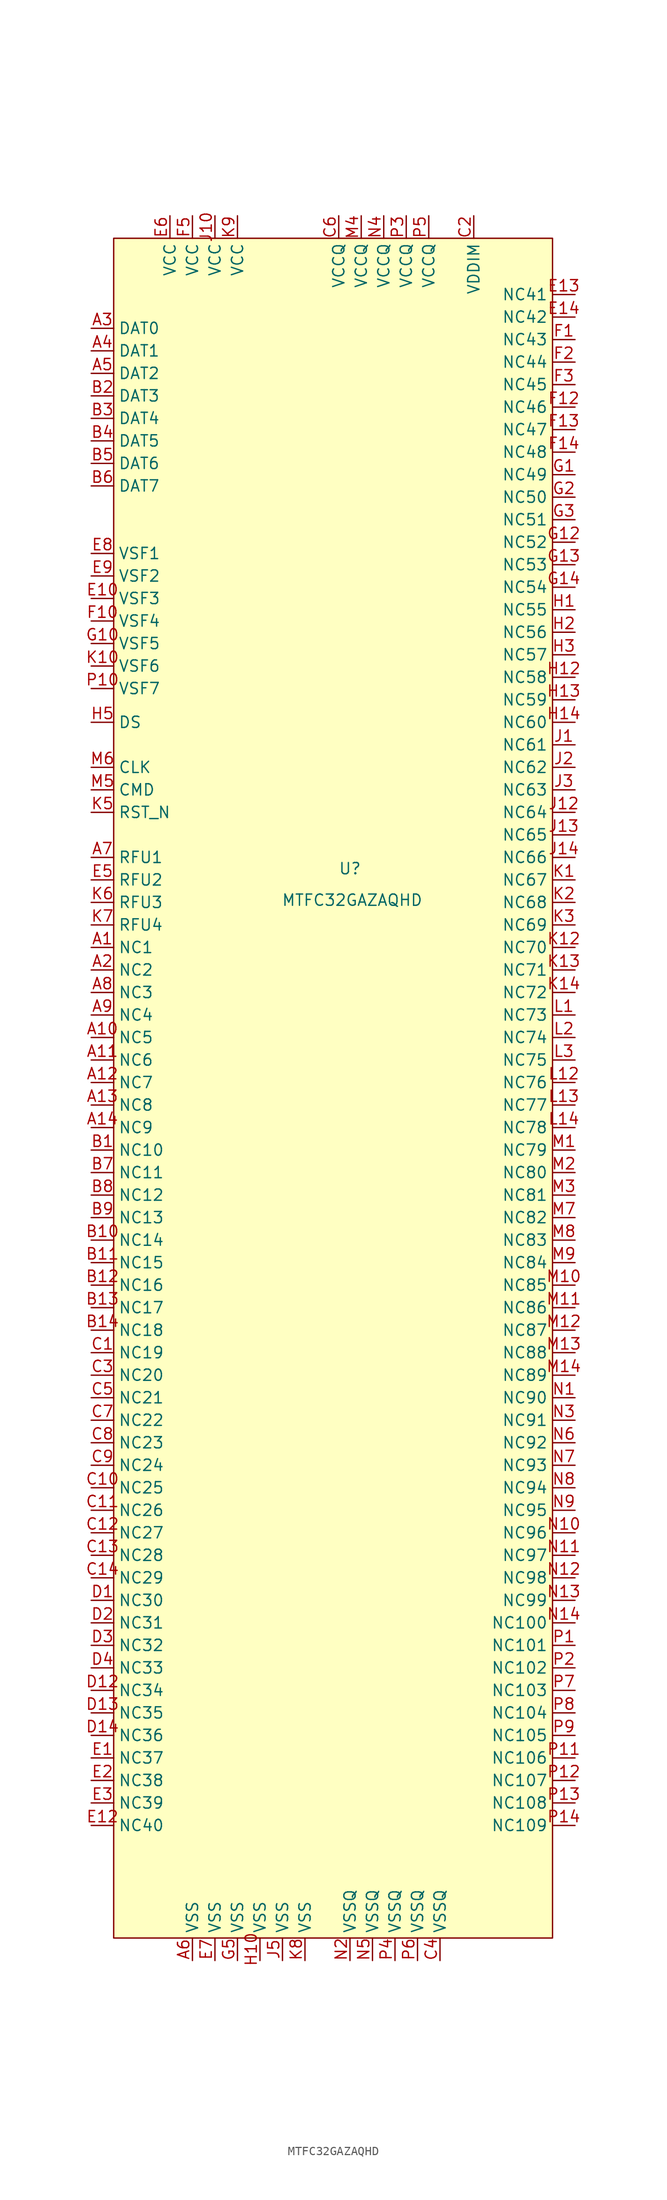
<source format=kicad_sym>
(kicad_symbol_lib
  (version 20241209)
  (generator "kicad_symbol_editor")
  (generator_version "9.0")
  (symbol "MTFC32GAZAQHD"
    (property "Reference" "U"
      (at 0 0 0)
      (effects (font (size 1.27 1.27))))
    (property "Value" "MTFC32GAZAQHD"
      (at 0.254 -3.556 0)
      (effects (font (size 1.27 1.27))))
    (symbol "MTFC32GAZAQHD_0_0"
      (pin passive line (at -29.21 60.96 0) (length 2.54) (name "DAT0" (effects (font (size 1.27 1.27)))) (number "A3" (effects (font (size 1.27 1.27)))))
      (pin passive line (at -29.21 58.42 0) (length 2.54) (name "DAT1" (effects (font (size 1.27 1.27)))) (number "A4" (effects (font (size 1.27 1.27)))))
      (pin passive line (at -29.21 55.88 0) (length 2.54) (name "DAT2" (effects (font (size 1.27 1.27)))) (number "A5" (effects (font (size 1.27 1.27)))))
      (pin passive line (at -29.21 53.34 0) (length 2.54) (name "DAT3" (effects (font (size 1.27 1.27)))) (number "B2" (effects (font (size 1.27 1.27)))))
      (pin passive line (at -29.21 50.8 0) (length 2.54) (name "DAT4" (effects (font (size 1.27 1.27)))) (number "B3" (effects (font (size 1.27 1.27)))))
      (pin passive line (at -29.21 48.26 0) (length 2.54) (name "DAT5" (effects (font (size 1.27 1.27)))) (number "B4" (effects (font (size 1.27 1.27)))))
      (pin passive line (at -29.21 45.72 0) (length 2.54) (name "DAT6" (effects (font (size 1.27 1.27)))) (number "B5" (effects (font (size 1.27 1.27)))))
      (pin passive line (at -29.21 43.18 0) (length 2.54) (name "DAT7" (effects (font (size 1.27 1.27)))) (number "B6" (effects (font (size 1.27 1.27)))))
      (pin passive line (at -29.21 35.56 0) (length 2.54) (name "VSF1" (effects (font (size 1.27 1.27)))) (number "E8" (effects (font (size 1.27 1.27)))))
      (pin passive line (at -29.21 33.02 0) (length 2.54) (name "VSF2" (effects (font (size 1.27 1.27)))) (number "E9" (effects (font (size 1.27 1.27)))))
      (pin passive line (at -29.21 30.48 0) (length 2.54) (name "VSF3" (effects (font (size 1.27 1.27)))) (number "E10" (effects (font (size 1.27 1.27)))))
      (pin passive line (at -29.21 27.94 0) (length 2.54) (name "VSF4" (effects (font (size 1.27 1.27)))) (number "F10" (effects (font (size 1.27 1.27)))))
      (pin passive line (at -29.21 25.4 0) (length 2.54) (name "VSF5" (effects (font (size 1.27 1.27)))) (number "G10" (effects (font (size 1.27 1.27)))))
      (pin passive line (at -29.21 22.86 0) (length 2.54) (name "VSF6" (effects (font (size 1.27 1.27)))) (number "K10" (effects (font (size 1.27 1.27)))))
      (pin passive line (at -29.21 20.32 0) (length 2.54) (name "VSF7" (effects (font (size 1.27 1.27)))) (number "P10" (effects (font (size 1.27 1.27)))))
      (pin passive line (at -29.21 16.51 0) (length 2.54) (name "DS" (effects (font (size 1.27 1.27)))) (number "H5" (effects (font (size 1.27 1.27)))))
      (pin passive line (at -29.21 11.43 0) (length 2.54) (name "CLK" (effects (font (size 1.27 1.27)))) (number "M6" (effects (font (size 1.27 1.27)))))
      (pin passive line (at -29.21 8.89 0) (length 2.54) (name "CMD" (effects (font (size 1.27 1.27)))) (number "M5" (effects (font (size 1.27 1.27)))))
      (pin passive line (at -29.21 6.35 0) (length 2.54) (name "RST_N" (effects (font (size 1.27 1.27)))) (number "K5" (effects (font (size 1.27 1.27)))))
      (pin passive line (at -29.21 1.27 0) (length 2.54) (name "RFU1" (effects (font (size 1.27 1.27)))) (number "A7" (effects (font (size 1.27 1.27)))))
      (pin passive line (at -29.21 -1.27 0) (length 2.54) (name "RFU2" (effects (font (size 1.27 1.27)))) (number "E5" (effects (font (size 1.27 1.27)))))
      (pin passive line (at -29.21 -3.81 0) (length 2.54) (name "RFU3" (effects (font (size 1.27 1.27)))) (number "K6" (effects (font (size 1.27 1.27)))))
      (pin passive line (at -29.21 -6.35 0) (length 2.54) (name "RFU4" (effects (font (size 1.27 1.27)))) (number "K7" (effects (font (size 1.27 1.27)))))
      (pin passive line (at -29.21 -8.89 0) (length 2.54) (name "NC1" (effects (font (size 1.27 1.27)))) (number "A1" (effects (font (size 1.27 1.27)))))
      (pin passive line (at -29.21 -11.43 0) (length 2.54) (name "NC2" (effects (font (size 1.27 1.27)))) (number "A2" (effects (font (size 1.27 1.27)))))
      (pin passive line (at -29.21 -13.97 0) (length 2.54) (name "NC3" (effects (font (size 1.27 1.27)))) (number "A8" (effects (font (size 1.27 1.27)))))
      (pin passive line (at -29.21 -16.51 0) (length 2.54) (name "NC4" (effects (font (size 1.27 1.27)))) (number "A9" (effects (font (size 1.27 1.27)))))
      (pin passive line (at -29.21 -19.05 0) (length 2.54) (name "NC5" (effects (font (size 1.27 1.27)))) (number "A10" (effects (font (size 1.27 1.27)))))
      (pin passive line (at -29.21 -21.59 0) (length 2.54) (name "NC6" (effects (font (size 1.27 1.27)))) (number "A11" (effects (font (size 1.27 1.27)))))
      (pin passive line (at -29.21 -24.13 0) (length 2.54) (name "NC7" (effects (font (size 1.27 1.27)))) (number "A12" (effects (font (size 1.27 1.27)))))
      (pin passive line (at -29.21 -26.67 0) (length 2.54) (name "NC8" (effects (font (size 1.27 1.27)))) (number "A13" (effects (font (size 1.27 1.27)))))
      (pin passive line (at -29.21 -29.21 0) (length 2.54) (name "NC9" (effects (font (size 1.27 1.27)))) (number "A14" (effects (font (size 1.27 1.27)))))
      (pin passive line (at -29.21 -31.75 0) (length 2.54) (name "NC10" (effects (font (size 1.27 1.27)))) (number "B1" (effects (font (size 1.27 1.27)))))
      (pin passive line (at -29.21 -34.29 0) (length 2.54) (name "NC11" (effects (font (size 1.27 1.27)))) (number "B7" (effects (font (size 1.27 1.27)))))
      (pin passive line (at -29.21 -36.83 0) (length 2.54) (name "NC12" (effects (font (size 1.27 1.27)))) (number "B8" (effects (font (size 1.27 1.27)))))
      (pin passive line (at -29.21 -39.37 0) (length 2.54) (name "NC13" (effects (font (size 1.27 1.27)))) (number "B9" (effects (font (size 1.27 1.27)))))
      (pin passive line (at -29.21 -41.91 0) (length 2.54) (name "NC14" (effects (font (size 1.27 1.27)))) (number "B10" (effects (font (size 1.27 1.27)))))
      (pin passive line (at -29.21 -44.45 0) (length 2.54) (name "NC15" (effects (font (size 1.27 1.27)))) (number "B11" (effects (font (size 1.27 1.27)))))
      (pin passive line (at -29.21 -46.99 0) (length 2.54) (name "NC16" (effects (font (size 1.27 1.27)))) (number "B12" (effects (font (size 1.27 1.27)))))
      (pin passive line (at -29.21 -49.53 0) (length 2.54) (name "NC17" (effects (font (size 1.27 1.27)))) (number "B13" (effects (font (size 1.27 1.27)))))
      (pin passive line (at -29.21 -52.07 0) (length 2.54) (name "NC18" (effects (font (size 1.27 1.27)))) (number "B14" (effects (font (size 1.27 1.27)))))
      (pin passive line (at -29.21 -54.61 0) (length 2.54) (name "NC19" (effects (font (size 1.27 1.27)))) (number "C1" (effects (font (size 1.27 1.27)))))
      (pin passive line (at -29.21 -57.15 0) (length 2.54) (name "NC20" (effects (font (size 1.27 1.27)))) (number "C3" (effects (font (size 1.27 1.27)))))
      (pin passive line (at -29.21 -59.69 0) (length 2.54) (name "NC21" (effects (font (size 1.27 1.27)))) (number "C5" (effects (font (size 1.27 1.27)))))
      (pin passive line (at -29.21 -62.23 0) (length 2.54) (name "NC22" (effects (font (size 1.27 1.27)))) (number "C7" (effects (font (size 1.27 1.27)))))
      (pin passive line (at -29.21 -64.77 0) (length 2.54) (name "NC23" (effects (font (size 1.27 1.27)))) (number "C8" (effects (font (size 1.27 1.27)))))
      (pin passive line (at -29.21 -67.31 0) (length 2.54) (name "NC24" (effects (font (size 1.27 1.27)))) (number "C9" (effects (font (size 1.27 1.27)))))
      (pin passive line (at -29.21 -69.85 0) (length 2.54) (name "NC25" (effects (font (size 1.27 1.27)))) (number "C10" (effects (font (size 1.27 1.27)))))
      (pin passive line (at -29.21 -72.39 0) (length 2.54) (name "NC26" (effects (font (size 1.27 1.27)))) (number "C11" (effects (font (size 1.27 1.27)))))
      (pin passive line (at -29.21 -74.93 0) (length 2.54) (name "NC27" (effects (font (size 1.27 1.27)))) (number "C12" (effects (font (size 1.27 1.27)))))
      (pin passive line (at -29.21 -77.47 0) (length 2.54) (name "NC28" (effects (font (size 1.27 1.27)))) (number "C13" (effects (font (size 1.27 1.27)))))
      (pin passive line (at -29.21 -80.01 0) (length 2.54) (name "NC29" (effects (font (size 1.27 1.27)))) (number "C14" (effects (font (size 1.27 1.27)))))
      (pin passive line (at -29.21 -82.55 0) (length 2.54) (name "NC30" (effects (font (size 1.27 1.27)))) (number "D1" (effects (font (size 1.27 1.27)))))
      (pin passive line (at -29.21 -85.09 0) (length 2.54) (name "NC31" (effects (font (size 1.27 1.27)))) (number "D2" (effects (font (size 1.27 1.27)))))
      (pin passive line (at -29.21 -87.63 0) (length 2.54) (name "NC32" (effects (font (size 1.27 1.27)))) (number "D3" (effects (font (size 1.27 1.27)))))
      (pin passive line (at -29.21 -90.17 0) (length 2.54) (name "NC33" (effects (font (size 1.27 1.27)))) (number "D4" (effects (font (size 1.27 1.27)))))
      (pin passive line (at -29.21 -92.71 0) (length 2.54) (name "NC34" (effects (font (size 1.27 1.27)))) (number "D12" (effects (font (size 1.27 1.27)))))
      (pin passive line (at -29.21 -95.25 0) (length 2.54) (name "NC35" (effects (font (size 1.27 1.27)))) (number "D13" (effects (font (size 1.27 1.27)))))
      (pin passive line (at -29.21 -97.79 0) (length 2.54) (name "NC36" (effects (font (size 1.27 1.27)))) (number "D14" (effects (font (size 1.27 1.27)))))
      (pin passive line (at -29.21 -100.33 0) (length 2.54) (name "NC37" (effects (font (size 1.27 1.27)))) (number "E1" (effects (font (size 1.27 1.27)))))
      (pin passive line (at -29.21 -102.87 0) (length 2.54) (name "NC38" (effects (font (size 1.27 1.27)))) (number "E2" (effects (font (size 1.27 1.27)))))
      (pin passive line (at -29.21 -105.41 0) (length 2.54) (name "NC39" (effects (font (size 1.27 1.27)))) (number "E3" (effects (font (size 1.27 1.27)))))
      (pin passive line (at -29.21 -107.95 0) (length 2.54) (name "NC40" (effects (font (size 1.27 1.27)))) (number "E12" (effects (font (size 1.27 1.27)))))
      (pin passive line (at -20.32 73.66 270) (length 2.54) (name "VCC" (effects (font (size 1.27 1.27)))) (number "E6" (effects (font (size 1.27 1.27)))))
      (pin passive line (at -17.78 73.66 270) (length 2.54) (name "VCC" (effects (font (size 1.27 1.27)))) (number "F5" (effects (font (size 1.27 1.27)))))
      (pin passive line (at -17.78 -123.19 90) (length 2.54) (name "VSS" (effects (font (size 1.27 1.27)))) (number "A6" (effects (font (size 1.27 1.27)))))
      (pin passive line (at -15.24 73.66 270) (length 2.54) (name "VCC" (effects (font (size 1.27 1.27)))) (number "J10" (effects (font (size 1.27 1.27)))))
      (pin passive line (at -15.24 -123.19 90) (length 2.54) (name "VSS" (effects (font (size 1.27 1.27)))) (number "E7" (effects (font (size 1.27 1.27)))))
      (pin passive line (at -12.7 73.66 270) (length 2.54) (name "VCC" (effects (font (size 1.27 1.27)))) (number "K9" (effects (font (size 1.27 1.27)))))
      (pin passive line (at -12.7 -123.19 90) (length 2.54) (name "VSS" (effects (font (size 1.27 1.27)))) (number "G5" (effects (font (size 1.27 1.27)))))
      (pin passive line (at -10.16 -123.19 90) (length 2.54) (name "VSS" (effects (font (size 1.27 1.27)))) (number "H10" (effects (font (size 1.27 1.27)))))
      (pin passive line (at -7.62 -123.19 90) (length 2.54) (name "VSS" (effects (font (size 1.27 1.27)))) (number "J5" (effects (font (size 1.27 1.27)))))
      (pin passive line (at -5.08 -123.19 90) (length 2.54) (name "VSS" (effects (font (size 1.27 1.27)))) (number "K8" (effects (font (size 1.27 1.27)))))
      (pin passive line (at -1.27 73.66 270) (length 2.54) (name "VCCQ" (effects (font (size 1.27 1.27)))) (number "C6" (effects (font (size 1.27 1.27)))))
      (pin passive line (at 0 -123.19 90) (length 2.54) (name "VSSQ" (effects (font (size 1.27 1.27)))) (number "N2" (effects (font (size 1.27 1.27)))))
      (pin passive line (at 1.27 73.66 270) (length 2.54) (name "VCCQ" (effects (font (size 1.27 1.27)))) (number "M4" (effects (font (size 1.27 1.27)))))
      (pin passive line (at 2.54 -123.19 90) (length 2.54) (name "VSSQ" (effects (font (size 1.27 1.27)))) (number "N5" (effects (font (size 1.27 1.27)))))
      (pin passive line (at 3.81 73.66 270) (length 2.54) (name "VCCQ" (effects (font (size 1.27 1.27)))) (number "N4" (effects (font (size 1.27 1.27)))))
      (pin passive line (at 5.08 -123.19 90) (length 2.54) (name "VSSQ" (effects (font (size 1.27 1.27)))) (number "P4" (effects (font (size 1.27 1.27)))))
      (pin passive line (at 6.35 73.66 270) (length 2.54) (name "VCCQ" (effects (font (size 1.27 1.27)))) (number "P3" (effects (font (size 1.27 1.27)))))
      (pin passive line (at 7.62 -123.19 90) (length 2.54) (name "VSSQ" (effects (font (size 1.27 1.27)))) (number "P6" (effects (font (size 1.27 1.27)))))
      (pin passive line (at 8.89 73.66 270) (length 2.54) (name "VCCQ" (effects (font (size 1.27 1.27)))) (number "P5" (effects (font (size 1.27 1.27)))))
      (pin passive line (at 10.16 -123.19 90) (length 2.54) (name "VSSQ" (effects (font (size 1.27 1.27)))) (number "C4" (effects (font (size 1.27 1.27)))))
      (pin passive line (at 13.97 73.66 270) (length 2.54) (name "VDDIM" (effects (font (size 1.27 1.27)))) (number "C2" (effects (font (size 1.27 1.27)))))
      (pin passive line (at 25.4 64.77 180) (length 2.54) (name "NC41" (effects (font (size 1.27 1.27)))) (number "E13" (effects (font (size 1.27 1.27)))))
      (pin passive line (at 25.4 62.23 180) (length 2.54) (name "NC42" (effects (font (size 1.27 1.27)))) (number "E14" (effects (font (size 1.27 1.27)))))
      (pin passive line (at 25.4 59.69 180) (length 2.54) (name "NC43" (effects (font (size 1.27 1.27)))) (number "F1" (effects (font (size 1.27 1.27)))))
      (pin passive line (at 25.4 57.15 180) (length 2.54) (name "NC44" (effects (font (size 1.27 1.27)))) (number "F2" (effects (font (size 1.27 1.27)))))
      (pin passive line (at 25.4 54.61 180) (length 2.54) (name "NC45" (effects (font (size 1.27 1.27)))) (number "F3" (effects (font (size 1.27 1.27)))))
      (pin passive line (at 25.4 52.07 180) (length 2.54) (name "NC46" (effects (font (size 1.27 1.27)))) (number "F12" (effects (font (size 1.27 1.27)))))
      (pin passive line (at 25.4 49.53 180) (length 2.54) (name "NC47" (effects (font (size 1.27 1.27)))) (number "F13" (effects (font (size 1.27 1.27)))))
      (pin passive line (at 25.4 46.99 180) (length 2.54) (name "NC48" (effects (font (size 1.27 1.27)))) (number "F14" (effects (font (size 1.27 1.27)))))
      (pin passive line (at 25.4 44.45 180) (length 2.54) (name "NC49" (effects (font (size 1.27 1.27)))) (number "G1" (effects (font (size 1.27 1.27)))))
      (pin passive line (at 25.4 41.91 180) (length 2.54) (name "NC50" (effects (font (size 1.27 1.27)))) (number "G2" (effects (font (size 1.27 1.27)))))
      (pin passive line (at 25.4 39.37 180) (length 2.54) (name "NC51" (effects (font (size 1.27 1.27)))) (number "G3" (effects (font (size 1.27 1.27)))))
      (pin passive line (at 25.4 36.83 180) (length 2.54) (name "NC52" (effects (font (size 1.27 1.27)))) (number "G12" (effects (font (size 1.27 1.27)))))
      (pin passive line (at 25.4 34.29 180) (length 2.54) (name "NC53" (effects (font (size 1.27 1.27)))) (number "G13" (effects (font (size 1.27 1.27)))))
      (pin passive line (at 25.4 31.75 180) (length 2.54) (name "NC54" (effects (font (size 1.27 1.27)))) (number "G14" (effects (font (size 1.27 1.27)))))
      (pin passive line (at 25.4 29.21 180) (length 2.54) (name "NC55" (effects (font (size 1.27 1.27)))) (number "H1" (effects (font (size 1.27 1.27)))))
      (pin passive line (at 25.4 26.67 180) (length 2.54) (name "NC56" (effects (font (size 1.27 1.27)))) (number "H2" (effects (font (size 1.27 1.27)))))
      (pin passive line (at 25.4 24.13 180) (length 2.54) (name "NC57" (effects (font (size 1.27 1.27)))) (number "H3" (effects (font (size 1.27 1.27)))))
      (pin passive line (at 25.4 21.59 180) (length 2.54) (name "NC58" (effects (font (size 1.27 1.27)))) (number "H12" (effects (font (size 1.27 1.27)))))
      (pin passive line (at 25.4 19.05 180) (length 2.54) (name "NC59" (effects (font (size 1.27 1.27)))) (number "H13" (effects (font (size 1.27 1.27)))))
      (pin passive line (at 25.4 16.51 180) (length 2.54) (name "NC60" (effects (font (size 1.27 1.27)))) (number "H14" (effects (font (size 1.27 1.27)))))
      (pin passive line (at 25.4 13.97 180) (length 2.54) (name "NC61" (effects (font (size 1.27 1.27)))) (number "J1" (effects (font (size 1.27 1.27)))))
      (pin passive line (at 25.4 11.43 180) (length 2.54) (name "NC62" (effects (font (size 1.27 1.27)))) (number "J2" (effects (font (size 1.27 1.27)))))
      (pin passive line (at 25.4 8.89 180) (length 2.54) (name "NC63" (effects (font (size 1.27 1.27)))) (number "J3" (effects (font (size 1.27 1.27)))))
      (pin passive line (at 25.4 6.35 180) (length 2.54) (name "NC64" (effects (font (size 1.27 1.27)))) (number "J12" (effects (font (size 1.27 1.27)))))
      (pin passive line (at 25.4 3.81 180) (length 2.54) (name "NC65" (effects (font (size 1.27 1.27)))) (number "J13" (effects (font (size 1.27 1.27)))))
      (pin passive line (at 25.4 1.27 180) (length 2.54) (name "NC66" (effects (font (size 1.27 1.27)))) (number "J14" (effects (font (size 1.27 1.27)))))
      (pin passive line (at 25.4 -1.27 180) (length 2.54) (name "NC67" (effects (font (size 1.27 1.27)))) (number "K1" (effects (font (size 1.27 1.27)))))
      (pin passive line (at 25.4 -3.81 180) (length 2.54) (name "NC68" (effects (font (size 1.27 1.27)))) (number "K2" (effects (font (size 1.27 1.27)))))
      (pin passive line (at 25.4 -6.35 180) (length 2.54) (name "NC69" (effects (font (size 1.27 1.27)))) (number "K3" (effects (font (size 1.27 1.27)))))
      (pin passive line (at 25.4 -8.89 180) (length 2.54) (name "NC70" (effects (font (size 1.27 1.27)))) (number "K12" (effects (font (size 1.27 1.27)))))
      (pin passive line (at 25.4 -11.43 180) (length 2.54) (name "NC71" (effects (font (size 1.27 1.27)))) (number "K13" (effects (font (size 1.27 1.27)))))
      (pin passive line (at 25.4 -13.97 180) (length 2.54) (name "NC72" (effects (font (size 1.27 1.27)))) (number "K14" (effects (font (size 1.27 1.27)))))
      (pin passive line (at 25.4 -16.51 180) (length 2.54) (name "NC73" (effects (font (size 1.27 1.27)))) (number "L1" (effects (font (size 1.27 1.27)))))
      (pin passive line (at 25.4 -19.05 180) (length 2.54) (name "NC74" (effects (font (size 1.27 1.27)))) (number "L2" (effects (font (size 1.27 1.27)))))
      (pin passive line (at 25.4 -21.59 180) (length 2.54) (name "NC75" (effects (font (size 1.27 1.27)))) (number "L3" (effects (font (size 1.27 1.27)))))
      (pin passive line (at 25.4 -24.13 180) (length 2.54) (name "NC76" (effects (font (size 1.27 1.27)))) (number "L12" (effects (font (size 1.27 1.27)))))
      (pin passive line (at 25.4 -26.67 180) (length 2.54) (name "NC77" (effects (font (size 1.27 1.27)))) (number "L13" (effects (font (size 1.27 1.27)))))
      (pin passive line (at 25.4 -29.21 180) (length 2.54) (name "NC78" (effects (font (size 1.27 1.27)))) (number "L14" (effects (font (size 1.27 1.27)))))
      (pin passive line (at 25.4 -31.75 180) (length 2.54) (name "NC79" (effects (font (size 1.27 1.27)))) (number "M1" (effects (font (size 1.27 1.27)))))
      (pin passive line (at 25.4 -34.29 180) (length 2.54) (name "NC80" (effects (font (size 1.27 1.27)))) (number "M2" (effects (font (size 1.27 1.27)))))
      (pin passive line (at 25.4 -36.83 180) (length 2.54) (name "NC81" (effects (font (size 1.27 1.27)))) (number "M3" (effects (font (size 1.27 1.27)))))
      (pin passive line (at 25.4 -39.37 180) (length 2.54) (name "NC82" (effects (font (size 1.27 1.27)))) (number "M7" (effects (font (size 1.27 1.27)))))
      (pin passive line (at 25.4 -41.91 180) (length 2.54) (name "NC83" (effects (font (size 1.27 1.27)))) (number "M8" (effects (font (size 1.27 1.27)))))
      (pin passive line (at 25.4 -44.45 180) (length 2.54) (name "NC84" (effects (font (size 1.27 1.27)))) (number "M9" (effects (font (size 1.27 1.27)))))
      (pin passive line (at 25.4 -46.99 180) (length 2.54) (name "NC85" (effects (font (size 1.27 1.27)))) (number "M10" (effects (font (size 1.27 1.27)))))
      (pin passive line (at 25.4 -49.53 180) (length 2.54) (name "NC86" (effects (font (size 1.27 1.27)))) (number "M11" (effects (font (size 1.27 1.27)))))
      (pin passive line (at 25.4 -52.07 180) (length 2.54) (name "NC87" (effects (font (size 1.27 1.27)))) (number "M12" (effects (font (size 1.27 1.27)))))
      (pin passive line (at 25.4 -54.61 180) (length 2.54) (name "NC88" (effects (font (size 1.27 1.27)))) (number "M13" (effects (font (size 1.27 1.27)))))
      (pin passive line (at 25.4 -57.15 180) (length 2.54) (name "NC89" (effects (font (size 1.27 1.27)))) (number "M14" (effects (font (size 1.27 1.27)))))
      (pin passive line (at 25.4 -59.69 180) (length 2.54) (name "NC90" (effects (font (size 1.27 1.27)))) (number "N1" (effects (font (size 1.27 1.27)))))
      (pin passive line (at 25.4 -62.23 180) (length 2.54) (name "NC91" (effects (font (size 1.27 1.27)))) (number "N3" (effects (font (size 1.27 1.27)))))
      (pin passive line (at 25.4 -64.77 180) (length 2.54) (name "NC92" (effects (font (size 1.27 1.27)))) (number "N6" (effects (font (size 1.27 1.27)))))
      (pin passive line (at 25.4 -67.31 180) (length 2.54) (name "NC93" (effects (font (size 1.27 1.27)))) (number "N7" (effects (font (size 1.27 1.27)))))
      (pin passive line (at 25.4 -69.85 180) (length 2.54) (name "NC94" (effects (font (size 1.27 1.27)))) (number "N8" (effects (font (size 1.27 1.27)))))
      (pin passive line (at 25.4 -72.39 180) (length 2.54) (name "NC95" (effects (font (size 1.27 1.27)))) (number "N9" (effects (font (size 1.27 1.27)))))
      (pin passive line (at 25.4 -74.93 180) (length 2.54) (name "NC96" (effects (font (size 1.27 1.27)))) (number "N10" (effects (font (size 1.27 1.27)))))
      (pin passive line (at 25.4 -77.47 180) (length 2.54) (name "NC97" (effects (font (size 1.27 1.27)))) (number "N11" (effects (font (size 1.27 1.27)))))
      (pin passive line (at 25.4 -80.01 180) (length 2.54) (name "NC98" (effects (font (size 1.27 1.27)))) (number "N12" (effects (font (size 1.27 1.27)))))
      (pin passive line (at 25.4 -82.55 180) (length 2.54) (name "NC99" (effects (font (size 1.27 1.27)))) (number "N13" (effects (font (size 1.27 1.27)))))
      (pin passive line (at 25.4 -85.09 180) (length 2.54) (name "NC100" (effects (font (size 1.27 1.27)))) (number "N14" (effects (font (size 1.27 1.27)))))
      (pin passive line (at 25.4 -87.63 180) (length 2.54) (name "NC101" (effects (font (size 1.27 1.27)))) (number "P1" (effects (font (size 1.27 1.27)))))
      (pin passive line (at 25.4 -90.17 180) (length 2.54) (name "NC102" (effects (font (size 1.27 1.27)))) (number "P2" (effects (font (size 1.27 1.27)))))
      (pin passive line (at 25.4 -92.71 180) (length 2.54) (name "NC103" (effects (font (size 1.27 1.27)))) (number "P7" (effects (font (size 1.27 1.27)))))
      (pin passive line (at 25.4 -95.25 180) (length 2.54) (name "NC104" (effects (font (size 1.27 1.27)))) (number "P8" (effects (font (size 1.27 1.27)))))
      (pin passive line (at 25.4 -97.79 180) (length 2.54) (name "NC105" (effects (font (size 1.27 1.27)))) (number "P9" (effects (font (size 1.27 1.27)))))
      (pin passive line (at 25.4 -100.33 180) (length 2.54) (name "NC106" (effects (font (size 1.27 1.27)))) (number "P11" (effects (font (size 1.27 1.27)))))
      (pin passive line (at 25.4 -102.87 180) (length 2.54) (name "NC107" (effects (font (size 1.27 1.27)))) (number "P12" (effects (font (size 1.27 1.27)))))
      (pin passive line (at 25.4 -105.41 180) (length 2.54) (name "NC108" (effects (font (size 1.27 1.27)))) (number "P13" (effects (font (size 1.27 1.27)))))
      (pin passive line (at 25.4 -107.95 180) (length 2.54) (name "NC109" (effects (font (size 1.27 1.27)))) (number "P14" (effects (font (size 1.27 1.27))))))
    (symbol "MTFC32GAZAQHD_1_1"
      (rectangle (start -26.67 71.12) (end 22.86 -120.65) (stroke (width 0) (type solid)) (fill (type background))))))
</source>
